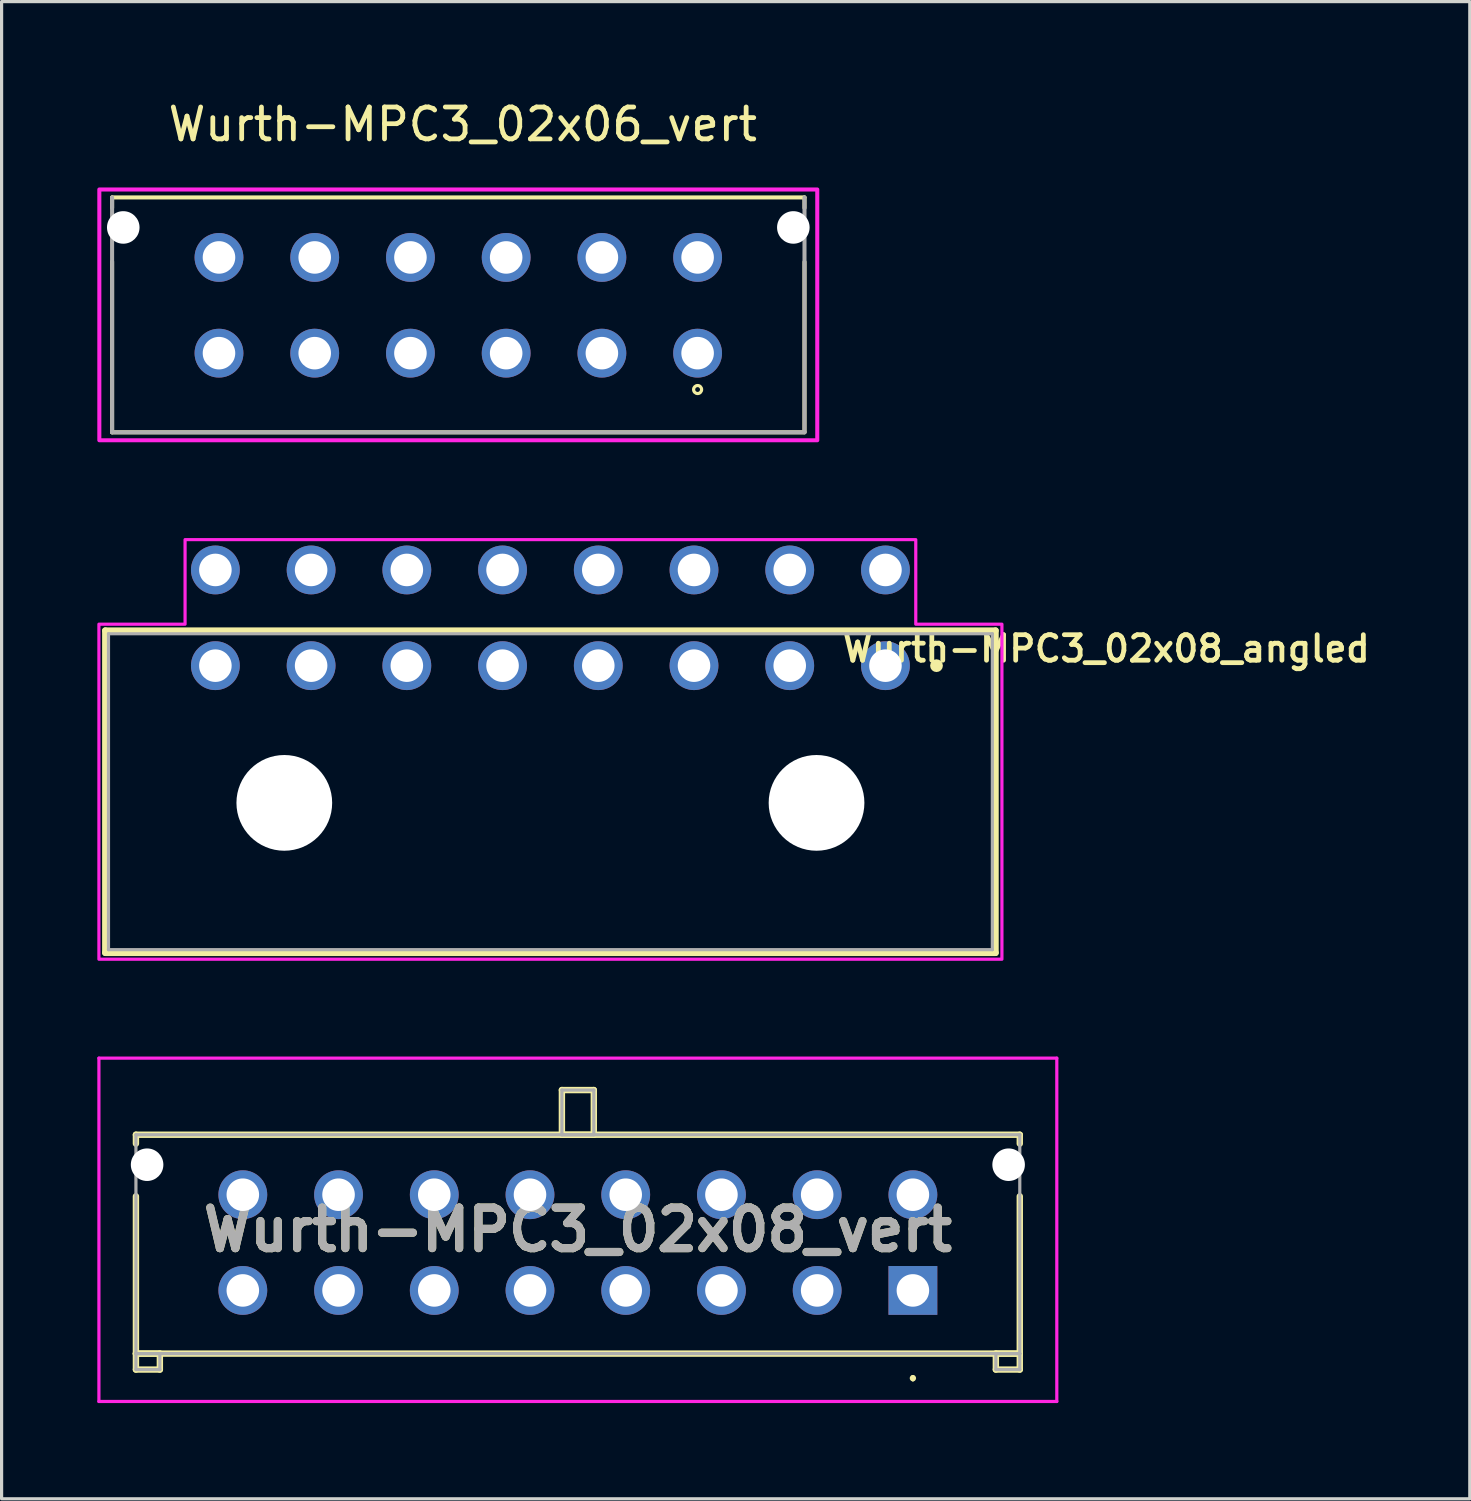
<source format=kicad_pcb>
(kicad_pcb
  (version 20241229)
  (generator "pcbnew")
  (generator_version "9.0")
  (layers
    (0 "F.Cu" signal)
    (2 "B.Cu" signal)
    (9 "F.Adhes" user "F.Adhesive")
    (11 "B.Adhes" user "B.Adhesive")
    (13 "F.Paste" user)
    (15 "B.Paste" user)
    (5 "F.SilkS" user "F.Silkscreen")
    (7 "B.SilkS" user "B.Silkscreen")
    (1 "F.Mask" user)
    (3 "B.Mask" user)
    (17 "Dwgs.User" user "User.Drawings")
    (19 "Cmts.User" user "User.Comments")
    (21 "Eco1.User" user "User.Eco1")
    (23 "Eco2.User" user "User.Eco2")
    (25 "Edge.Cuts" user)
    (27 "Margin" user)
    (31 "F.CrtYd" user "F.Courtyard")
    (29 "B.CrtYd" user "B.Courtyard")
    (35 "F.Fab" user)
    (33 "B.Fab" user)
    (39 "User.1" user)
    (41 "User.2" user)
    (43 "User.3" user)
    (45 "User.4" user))
  (footprint "Wurth-MPC3_02x06_vert"
    (layer "F.Cu")
    (at 11.313 6.518)
    (property "Reference" "Wurth-MPC3_02x06_vert" (at 0.14 -5.67 0) (layer "F.SilkS") (effects (font (size 1 1) (thickness 0.15))))
    (attr through_hole)
    (fp_line (start -10.85 -3.05) (end -10.85 -3.38) (stroke (width 0.127) (type solid)) (layer "F.SilkS"))
    (fp_line (start -10.85 -1.37) (end -10.85 3.98) (stroke (width 0.127) (type solid)) (layer "F.SilkS"))
    (fp_line (start -10.85 3.98) (end 10.85 3.98) (stroke (width 0.127) (type solid)) (layer "F.SilkS"))
    (fp_line (start 10.85 -3.38) (end -10.85 -3.38) (stroke (width 0.127) (type solid)) (layer "F.SilkS"))
    (fp_line (start 10.85 -3.05) (end 10.85 -3.38) (stroke (width 0.127) (type solid)) (layer "F.SilkS"))
    (fp_line (start 10.85 -1.36) (end 10.85 3.94) (stroke (width 0.127) (type solid)) (layer "F.SilkS"))
    (fp_circle (center 7.5 2.64) (end 7.56 2.75) (stroke (width 0.1) (type default)) (fill no) (layer "F.SilkS"))
    (fp_poly (pts (xy -11.25 -3.63) (xy 11.25 -3.63) (xy 11.25 4.23) (xy -11.25 4.23)) (stroke (width 0.127) (type solid)) (fill no) (layer "F.CrtYd"))
    (fp_line (start -10.85 -3.38) (end -10.85 3.98) (stroke (width 0.127) (type solid)) (layer "F.Fab"))
    (fp_line (start -10.85 3.98) (end 10.85 3.98) (stroke (width 0.127) (type solid)) (layer "F.Fab"))
    (fp_line (start 10.85 3.98) (end 10.85 -3.38) (stroke (width 0.127) (type solid)) (layer "F.Fab"))
    (pad "" np_thru_hole circle (at -10.5 -2.44) (size 1.02 1.02) (drill 1.02) (layers "*.Cu" "*.Mask"))
    (pad "" np_thru_hole circle (at 10.5 -2.44) (size 1.02 1.02) (drill 1.02) (layers "*.Cu" "*.Mask"))
    (pad "1" thru_hole circle (at 7.5 1.5) (size 1.53 1.53) (drill 1.02) (layers "*.Cu" "*.Mask"))
    (pad "2" thru_hole circle (at 4.5 1.5) (size 1.53 1.53) (drill 1.02) (layers "*.Cu" "*.Mask"))
    (pad "3" thru_hole circle (at 1.5 1.5) (size 1.53 1.53) (drill 1.02) (layers "*.Cu" "*.Mask"))
    (pad "4" thru_hole circle (at -1.5 1.5) (size 1.53 1.53) (drill 1.02) (layers "*.Cu" "*.Mask"))
    (pad "5" thru_hole circle (at -4.5 1.5) (size 1.53 1.53) (drill 1.02) (layers "*.Cu" "*.Mask"))
    (pad "6" thru_hole circle (at -7.5 1.5) (size 1.53 1.53) (drill 1.02) (layers "*.Cu" "*.Mask"))
    (pad "7" thru_hole circle (at 7.5 -1.5) (size 1.53 1.53) (drill 1.02) (layers "*.Cu" "*.Mask"))
    (pad "8" thru_hole circle (at 4.5 -1.5) (size 1.53 1.53) (drill 1.02) (layers "*.Cu" "*.Mask"))
    (pad "9" thru_hole circle (at 1.5 -1.5) (size 1.53 1.53) (drill 1.02) (layers "*.Cu" "*.Mask"))
    (pad "10" thru_hole circle (at -1.5 -1.5) (size 1.53 1.53) (drill 1.02) (layers "*.Cu" "*.Mask"))
    (pad "11" thru_hole circle (at -4.5 -1.5) (size 1.53 1.53) (drill 1.02) (layers "*.Cu" "*.Mask"))
    (pad "12" thru_hole circle (at -7.5 -1.5) (size 1.53 1.53) (drill 1.02) (layers "*.Cu" "*.Mask")))
  (footprint "Wurth-MPC3_02x08_vert"
    (layer "F.Cu")
    (at 25.56 37.392)
    (property "Reference" "Wurth-MPC3_02x08_vert" (at -10.5 -1.9 0) (layer "F.SilkS") (effects (font (size 1.27 1.27) (thickness 0.254))))
    (attr through_hole)
    (fp_line (start -24.35 -4.88) (end 3.35 -4.88) (stroke (width 0.2) (type solid)) (layer "F.SilkS"))
    (fp_line (start -24.35 -4.6) (end -24.35 -4.88) (stroke (width 0.2) (type solid)) (layer "F.SilkS"))
    (fp_line (start -24.35 -2.95) (end -24.35 1.98) (stroke (width 0.2) (type solid)) (layer "F.SilkS"))
    (fp_line (start -24.35 1.98) (end -23.6 1.98) (stroke (width 0.2) (type solid)) (layer "F.SilkS"))
    (fp_line (start -24.35 1.98) (end 3.35 1.98) (stroke (width 0.2) (type solid)) (layer "F.SilkS"))
    (fp_line (start -24.35 2.48) (end -24.35 1.98) (stroke (width 0.2) (type solid)) (layer "F.SilkS"))
    (fp_line (start -23.6 1.98) (end -23.6 2.48) (stroke (width 0.2) (type solid)) (layer "F.SilkS"))
    (fp_line (start -23.6 2.48) (end -24.35 2.48) (stroke (width 0.2) (type solid)) (layer "F.SilkS"))
    (fp_line (start -11 -6.28) (end -10 -6.28) (stroke (width 0.2) (type solid)) (layer "F.SilkS"))
    (fp_line (start -11 -4.88) (end -11 -6.28) (stroke (width 0.2) (type solid)) (layer "F.SilkS"))
    (fp_line (start -10 -6.28) (end -10 -4.88) (stroke (width 0.2) (type solid)) (layer "F.SilkS"))
    (fp_line (start -10 -4.88) (end -11 -4.88) (stroke (width 0.2) (type solid)) (layer "F.SilkS"))
    (fp_line (start 0 2.7) (end 0 2.7) (stroke (width 0.1) (type solid)) (layer "F.SilkS"))
    (fp_line (start 0 2.8) (end 0 2.8) (stroke (width 0.1) (type solid)) (layer "F.SilkS"))
    (fp_line (start 2.6 1.98) (end 3.35 1.98) (stroke (width 0.2) (type solid)) (layer "F.SilkS"))
    (fp_line (start 2.6 2.48) (end 2.6 1.98) (stroke (width 0.2) (type solid)) (layer "F.SilkS"))
    (fp_line (start 3.35 -4.88) (end 3.35 -4.6) (stroke (width 0.2) (type solid)) (layer "F.SilkS"))
    (fp_line (start 3.35 1.98) (end 3.35 -2.95) (stroke (width 0.2) (type solid)) (layer "F.SilkS"))
    (fp_line (start 3.35 1.98) (end 3.35 2.48) (stroke (width 0.2) (type solid)) (layer "F.SilkS"))
    (fp_line (start 3.35 2.48) (end 2.6 2.48) (stroke (width 0.2) (type solid)) (layer "F.SilkS"))
    (fp_arc (start 0 2.7) (mid 0.05 2.75) (end 0 2.8) (stroke (width 0.1) (type solid)) (layer "F.SilkS"))
    (fp_arc (start 0 2.8) (mid -0.05 2.75) (end 0 2.7) (stroke (width 0.1) (type solid)) (layer "F.SilkS"))
    (fp_line (start -25.51 -7.28) (end 4.51 -7.28) (stroke (width 0.1) (type solid)) (layer "F.CrtYd"))
    (fp_line (start -25.51 3.48) (end -25.51 -7.28) (stroke (width 0.1) (type solid)) (layer "F.CrtYd"))
    (fp_line (start 4.51 -7.28) (end 4.51 3.48) (stroke (width 0.1) (type solid)) (layer "F.CrtYd"))
    (fp_line (start 4.51 3.48) (end -25.51 3.48) (stroke (width 0.1) (type solid)) (layer "F.CrtYd"))
    (fp_line (start -24.35 -4.88) (end -24.35 1.98) (stroke (width 0.1) (type solid)) (layer "F.Fab"))
    (fp_line (start -24.35 1.98) (end -23.6 1.98) (stroke (width 0.1) (type solid)) (layer "F.Fab"))
    (fp_line (start -24.35 1.98) (end 3.35 1.98) (stroke (width 0.1) (type solid)) (layer "F.Fab"))
    (fp_line (start -24.35 2.48) (end -24.35 1.98) (stroke (width 0.1) (type solid)) (layer "F.Fab"))
    (fp_line (start -23.6 1.98) (end -23.6 2.48) (stroke (width 0.1) (type solid)) (layer "F.Fab"))
    (fp_line (start -23.6 2.48) (end -24.35 2.48) (stroke (width 0.1) (type solid)) (layer "F.Fab"))
    (fp_line (start -11 -6.28) (end -10 -6.28) (stroke (width 0.1) (type solid)) (layer "F.Fab"))
    (fp_line (start -11 -4.88) (end -11 -6.28) (stroke (width 0.1) (type solid)) (layer "F.Fab"))
    (fp_line (start -10 -6.28) (end -10 -4.88) (stroke (width 0.1) (type solid)) (layer "F.Fab"))
    (fp_line (start -10 -4.88) (end -11 -4.88) (stroke (width 0.1) (type solid)) (layer "F.Fab"))
    (fp_line (start 2.6 1.98) (end 3.35 1.98) (stroke (width 0.1) (type solid)) (layer "F.Fab"))
    (fp_line (start 2.6 2.48) (end 2.6 1.98) (stroke (width 0.1) (type solid)) (layer "F.Fab"))
    (fp_line (start 3.35 -4.88) (end -24.35 -4.88) (stroke (width 0.1) (type solid)) (layer "F.Fab"))
    (fp_line (start 3.35 1.98) (end 3.35 -4.88) (stroke (width 0.1) (type solid)) (layer "F.Fab"))
    (fp_line (start 3.35 1.98) (end 3.35 2.48) (stroke (width 0.1) (type solid)) (layer "F.Fab"))
    (fp_line (start 3.35 2.48) (end 2.6 2.48) (stroke (width 0.1) (type solid)) (layer "F.Fab"))
    (fp_text user "${REFERENCE}" (at -10.5 -1.9 0) (layer "F.Fab") (effects (font (size 1.27 1.27) (thickness 0.254))))
    (pad "" np_thru_hole circle (at -24 -3.94) (size 1.02 1.02) (drill 1.02) (layers "*.Cu" "*.Mask"))
    (pad "" np_thru_hole circle (at 3 -3.94) (size 1.02 1.02) (drill 1.02) (layers "*.Cu" "*.Mask"))
    (pad "1" thru_hole rect (at 0 0) (size 1.53 1.53) (drill 1.02) (layers "*.Cu" "*.Mask"))
    (pad "2" thru_hole circle (at -3 0) (size 1.53 1.53) (drill 1.02) (layers "*.Cu" "*.Mask"))
    (pad "3" thru_hole circle (at -6 0) (size 1.53 1.53) (drill 1.02) (layers "*.Cu" "*.Mask"))
    (pad "4" thru_hole circle (at -9 0) (size 1.53 1.53) (drill 1.02) (layers "*.Cu" "*.Mask"))
    (pad "5" thru_hole circle (at -12 0) (size 1.53 1.53) (drill 1.02) (layers "*.Cu" "*.Mask"))
    (pad "6" thru_hole circle (at -15 0) (size 1.53 1.53) (drill 1.02) (layers "*.Cu" "*.Mask"))
    (pad "7" thru_hole circle (at -18 0) (size 1.53 1.53) (drill 1.02) (layers "*.Cu" "*.Mask"))
    (pad "8" thru_hole circle (at -21 0) (size 1.53 1.53) (drill 1.02) (layers "*.Cu" "*.Mask"))
    (pad "9" thru_hole circle (at 0 -3) (size 1.53 1.53) (drill 1.02) (layers "*.Cu" "*.Mask"))
    (pad "10" thru_hole circle (at -3 -3) (size 1.53 1.53) (drill 1.02) (layers "*.Cu" "*.Mask"))
    (pad "11" thru_hole circle (at -6 -3) (size 1.53 1.53) (drill 1.02) (layers "*.Cu" "*.Mask"))
    (pad "12" thru_hole circle (at -9 -3) (size 1.53 1.53) (drill 1.02) (layers "*.Cu" "*.Mask"))
    (pad "13" thru_hole circle (at -12 -3) (size 1.53 1.53) (drill 1.02) (layers "*.Cu" "*.Mask"))
    (pad "14" thru_hole circle (at -15 -3) (size 1.53 1.53) (drill 1.02) (layers "*.Cu" "*.Mask"))
    (pad "15" thru_hole circle (at -18 -3) (size 1.53 1.53) (drill 1.02) (layers "*.Cu" "*.Mask"))
    (pad "16" thru_hole circle (at -21 -3) (size 1.53 1.53) (drill 1.02) (layers "*.Cu" "*.Mask")))
  (footprint "Wurth-MPC3_02x08_angled"
    (layer "F.Cu")
    (at 14.2 21.762)
    (property "Reference" "Wurth-MPC3_02x08_angled" (at 17.42 -4.483 0) (layer "F.SilkS") (effects (font (size 0.8 0.8) (thickness 0.15))))
    (attr through_hole)
    (fp_line (start -13.95 -5.05) (end 13.95 -5.05) (stroke (width 0.2) (type solid)) (layer "F.SilkS"))
    (fp_line (start -13.95 5.05) (end -13.95 -5.05) (stroke (width 0.2) (type solid)) (layer "F.SilkS"))
    (fp_line (start 13.95 -5.05) (end 13.95 5.05) (stroke (width 0.2) (type solid)) (layer "F.SilkS"))
    (fp_line (start 13.95 5.05) (end -13.95 5.05) (stroke (width 0.2) (type solid)) (layer "F.SilkS"))
    (fp_circle (center 12.1 -3.95) (end 12.2 -3.95) (stroke (width 0.2) (type solid)) (fill no) (layer "F.SilkS"))
    (fp_poly (pts (xy 11.45 -7.9) (xy 11.45 -5.25) (xy 14.15 -5.25) (xy 14.15 5.25) (xy -14.15 5.25) (xy -14.15 -5.25) (xy -11.45 -5.25) (xy -11.45 -7.9)) (stroke (width 0.1) (type solid)) (fill no) (layer "F.CrtYd"))
    (fp_line (start -13.85 -4.95) (end 13.85 -4.95) (stroke (width 0.1) (type solid)) (layer "F.Fab"))
    (fp_line (start -13.85 4.95) (end -13.85 -4.95) (stroke (width 0.1) (type solid)) (layer "F.Fab"))
    (fp_line (start 13.85 -4.95) (end 13.85 4.95) (stroke (width 0.1) (type solid)) (layer "F.Fab"))
    (fp_line (start 13.85 4.95) (end -13.85 4.95) (stroke (width 0.1) (type solid)) (layer "F.Fab"))
    (pad "" np_thru_hole circle (at -8.34 0.35) (size 3 3) (drill 3) (layers "*.Cu" "*.Mask"))
    (pad "" np_thru_hole circle (at 8.34 0.35) (size 3 3) (drill 3) (layers "*.Cu" "*.Mask"))
    (pad "1" thru_hole circle (at 10.5 -3.95) (size 1.53 1.53) (drill 1.02) (layers "*.Cu" "*.Mask"))
    (pad "2" thru_hole circle (at 7.5 -3.95) (size 1.53 1.53) (drill 1.02) (layers "*.Cu" "*.Mask"))
    (pad "3" thru_hole circle (at 4.5 -3.95) (size 1.53 1.53) (drill 1.02) (layers "*.Cu" "*.Mask"))
    (pad "4" thru_hole circle (at 1.5 -3.95) (size 1.53 1.53) (drill 1.02) (layers "*.Cu" "*.Mask"))
    (pad "5" thru_hole circle (at -1.5 -3.95) (size 1.53 1.53) (drill 1.02) (layers "*.Cu" "*.Mask"))
    (pad "6" thru_hole circle (at -4.5 -3.95) (size 1.53 1.53) (drill 1.02) (layers "*.Cu" "*.Mask"))
    (pad "7" thru_hole circle (at -7.5 -3.95) (size 1.53 1.53) (drill 1.02) (layers "*.Cu" "*.Mask"))
    (pad "8" thru_hole circle (at -10.5 -3.95) (size 1.53 1.53) (drill 1.02) (layers "*.Cu" "*.Mask"))
    (pad "9" thru_hole circle (at 10.5 -6.95) (size 1.53 1.53) (drill 1.02) (layers "*.Cu" "*.Mask"))
    (pad "10" thru_hole circle (at 7.5 -6.95) (size 1.53 1.53) (drill 1.02) (layers "*.Cu" "*.Mask"))
    (pad "11" thru_hole circle (at 4.5 -6.95) (size 1.53 1.53) (drill 1.02) (layers "*.Cu" "*.Mask"))
    (pad "12" thru_hole circle (at 1.5 -6.95) (size 1.53 1.53) (drill 1.02) (layers "*.Cu" "*.Mask"))
    (pad "13" thru_hole circle (at -1.5 -6.95) (size 1.53 1.53) (drill 1.02) (layers "*.Cu" "*.Mask"))
    (pad "14" thru_hole circle (at -4.5 -6.95) (size 1.53 1.53) (drill 1.02) (layers "*.Cu" "*.Mask"))
    (pad "15" thru_hole circle (at -7.5 -6.95) (size 1.53 1.53) (drill 1.02) (layers "*.Cu" "*.Mask"))
    (pad "16" thru_hole circle (at -10.5 -6.95) (size 1.53 1.53) (drill 1.02) (layers "*.Cu" "*.Mask")))
  (gr_rect
    (start -3 -3)
    (end 43.013 43.922)
    (stroke (width 0.1) (type default))
    (fill no)
    (layer "Edge.Cuts")))
</source>
